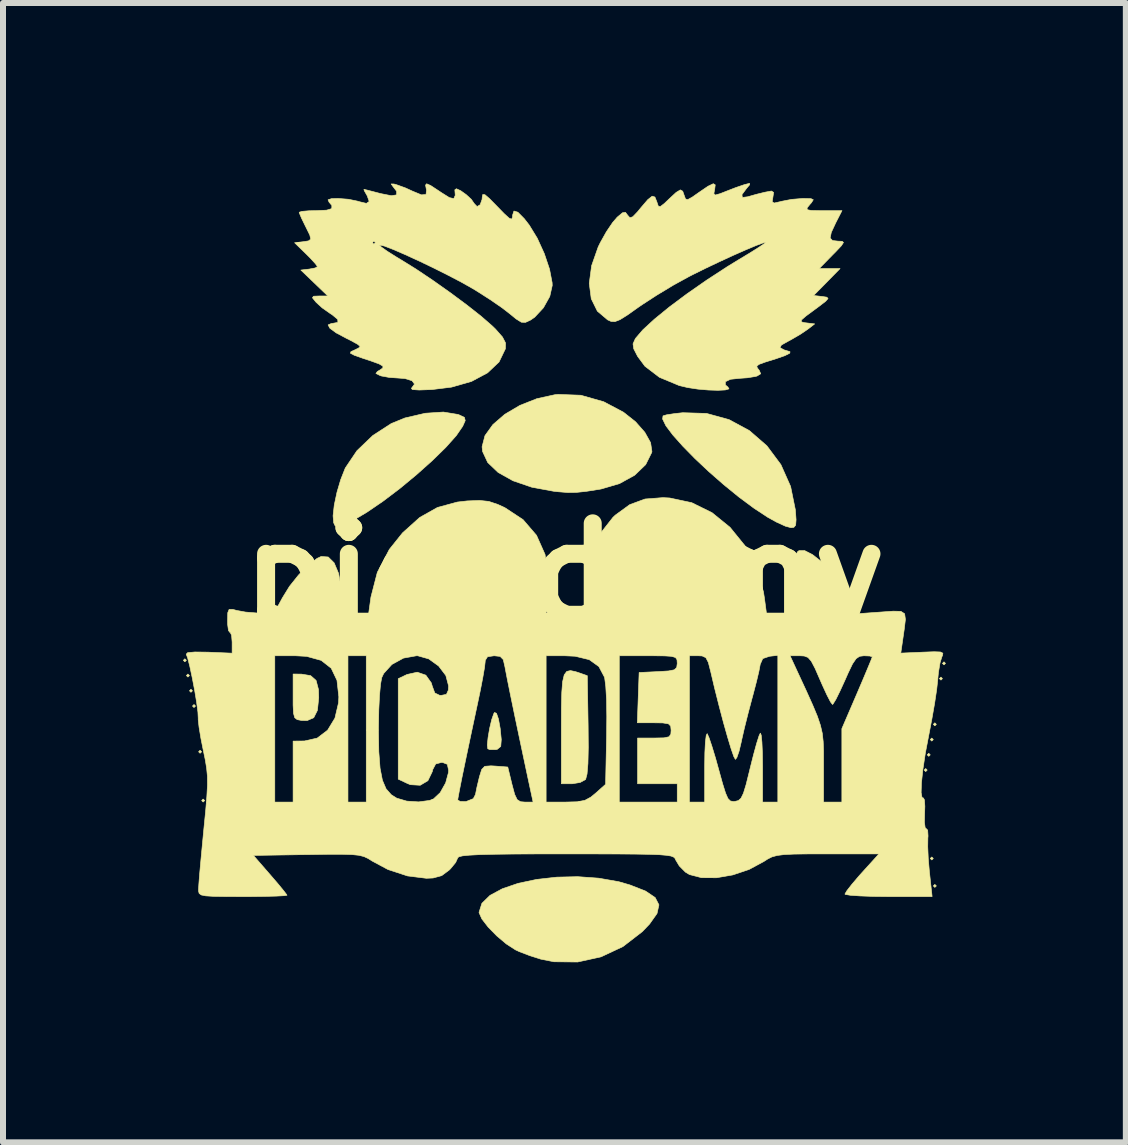
<source format=kicad_pcb>
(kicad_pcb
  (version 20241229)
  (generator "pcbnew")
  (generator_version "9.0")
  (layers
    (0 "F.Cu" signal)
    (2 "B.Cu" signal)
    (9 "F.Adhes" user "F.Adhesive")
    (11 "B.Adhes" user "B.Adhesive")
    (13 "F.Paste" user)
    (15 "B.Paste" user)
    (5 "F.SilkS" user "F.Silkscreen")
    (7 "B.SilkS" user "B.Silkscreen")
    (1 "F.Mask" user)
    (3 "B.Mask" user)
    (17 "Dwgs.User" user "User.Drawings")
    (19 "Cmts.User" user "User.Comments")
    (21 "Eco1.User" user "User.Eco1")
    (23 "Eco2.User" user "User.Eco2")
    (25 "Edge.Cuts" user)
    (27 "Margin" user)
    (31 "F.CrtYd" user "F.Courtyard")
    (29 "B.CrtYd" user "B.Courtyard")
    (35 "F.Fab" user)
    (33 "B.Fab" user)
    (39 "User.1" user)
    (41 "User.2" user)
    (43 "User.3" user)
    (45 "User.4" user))
  (footprint "picademy"
    (layer "F.Cu")
    (at 6.355 6.505)
    (property "Reference" "picademy" (at 0 0 0) (layer "F.SilkS") (effects (font (size 1.524 1.524) (thickness 0.3))))
    (attr through_hole)
    (fp_poly (pts (xy -6.299 1.448) (xy -6.325 1.473) (xy -6.35 1.448) (xy -6.325 1.422) (xy -6.299 1.448)) (stroke (width 0.01) (type solid)) (fill yes) (layer "F.SilkS"))
    (fp_poly (pts (xy -6.248 1.702) (xy -6.274 1.727) (xy -6.299 1.702) (xy -6.274 1.676) (xy -6.248 1.702)) (stroke (width 0.01) (type solid)) (fill yes) (layer "F.SilkS"))
    (fp_poly (pts (xy -6.198 1.956) (xy -6.223 1.981) (xy -6.248 1.956) (xy -6.223 1.93) (xy -6.198 1.956)) (stroke (width 0.01) (type solid)) (fill yes) (layer "F.SilkS"))
    (fp_poly (pts (xy -6.147 2.21) (xy -6.172 2.235) (xy -6.198 2.21) (xy -6.172 2.184) (xy -6.147 2.21)) (stroke (width 0.01) (type solid)) (fill yes) (layer "F.SilkS"))
    (fp_poly (pts (xy -6.045 2.972) (xy -6.071 2.997) (xy -6.096 2.972) (xy -6.071 2.946) (xy -6.045 2.972)) (stroke (width 0.01) (type solid)) (fill yes) (layer "F.SilkS"))
    (fp_poly (pts (xy -5.994 3.785) (xy -6.02 3.81) (xy -6.045 3.785) (xy -6.02 3.759) (xy -5.994 3.785)) (stroke (width 0.01) (type solid)) (fill yes) (layer "F.SilkS"))
    (fp_poly (pts (xy 6.045 3.277) (xy 6.02 3.302) (xy 5.994 3.277) (xy 6.02 3.251) (xy 6.045 3.277)) (stroke (width 0.01) (type solid)) (fill yes) (layer "F.SilkS"))
    (fp_poly (pts (xy 6.096 3.023) (xy 6.071 3.048) (xy 6.045 3.023) (xy 6.071 2.997) (xy 6.096 3.023)) (stroke (width 0.01) (type solid)) (fill yes) (layer "F.SilkS"))
    (fp_poly (pts (xy 6.147 2.769) (xy 6.121 2.794) (xy 6.096 2.769) (xy 6.121 2.743) (xy 6.147 2.769)) (stroke (width 0.01) (type solid)) (fill yes) (layer "F.SilkS"))
    (fp_poly (pts (xy 6.147 4.75) (xy 6.121 4.775) (xy 6.096 4.75) (xy 6.121 4.724) (xy 6.147 4.75)) (stroke (width 0.01) (type solid)) (fill yes) (layer "F.SilkS"))
    (fp_poly (pts (xy 6.198 2.515) (xy 6.172 2.54) (xy 6.147 2.515) (xy 6.172 2.489) (xy 6.198 2.515)) (stroke (width 0.01) (type solid)) (fill yes) (layer "F.SilkS"))
    (fp_poly (pts (xy 6.198 5.207) (xy 6.172 5.232) (xy 6.147 5.207) (xy 6.172 5.182) (xy 6.198 5.207)) (stroke (width 0.01) (type solid)) (fill yes) (layer "F.SilkS"))
    (fp_poly (pts (xy 6.299 1.753) (xy 6.274 1.778) (xy 6.248 1.753) (xy 6.274 1.727) (xy 6.299 1.753)) (stroke (width 0.01) (type solid)) (fill yes) (layer "F.SilkS"))
    (fp_poly (pts (xy 6.35 1.499) (xy 6.325 1.524) (xy 6.299 1.499) (xy 6.325 1.473) (xy 6.35 1.499)) (stroke (width 0.01) (type solid)) (fill yes) (layer "F.SilkS"))
    (fp_poly (pts (xy -4.381 1.678) (xy -4.229 1.703) (xy -4.138 1.783) (xy -4.098 1.935) (xy -4.094 2.073) (xy -4.116 2.282) (xy -4.177 2.404) (xy -4.287 2.452) (xy -4.381 2.45) (xy -4.453 2.436) (xy -4.494 2.404) (xy -4.514 2.331) (xy -4.521 2.194) (xy -4.521 2.054) (xy -4.521 1.676) (xy -4.381 1.678)) (stroke (width 0.01) (type solid)) (fill yes) (layer "F.SilkS"))
    (fp_poly (pts (xy -1.132 2.331) (xy -1.099 2.426) (xy -1.07 2.585) (xy -1.052 2.769) (xy -1.061 2.883) (xy -1.119 2.931) (xy -1.145 2.936) (xy -1.242 2.936) (xy -1.277 2.922) (xy -1.285 2.859) (xy -1.272 2.733) (xy -1.246 2.581) (xy -1.212 2.437) (xy -1.177 2.337) (xy -1.165 2.317) (xy -1.132 2.331)) (stroke (width 0.01) (type solid)) (fill yes) (layer "F.SilkS"))
    (fp_poly (pts (xy 0.186 1.637) (xy 0.247 1.657) (xy 0.381 1.704) (xy 0.395 2.534) (xy 0.398 2.899) (xy 0.392 3.167) (xy 0.377 3.343) (xy 0.354 3.43) (xy 0.351 3.435) (xy 0.263 3.483) (xy 0.129 3.505) (xy 0.121 3.505) (xy -0.051 3.505) (xy -0.051 2.589) (xy -0.05 2.241) (xy -0.044 1.983) (xy -0.03 1.803) (xy -0.003 1.69) (xy 0.039 1.633) (xy 0.101 1.619) (xy 0.186 1.637)) (stroke (width 0.01) (type solid)) (fill yes) (layer "F.SilkS"))
    (fp_poly (pts (xy 2.369 -2.666) (xy 2.743 -2.563) (xy 3.082 -2.38) (xy 3.374 -2.126) (xy 3.607 -1.813) (xy 3.769 -1.449) (xy 3.848 -1.061) (xy 3.86 -0.894) (xy 3.853 -0.804) (xy 3.823 -0.768) (xy 3.776 -0.762) (xy 3.683 -0.787) (xy 3.538 -0.853) (xy 3.389 -0.935) (xy 3.158 -1.087) (xy 2.91 -1.271) (xy 2.656 -1.478) (xy 2.408 -1.695) (xy 2.177 -1.912) (xy 1.973 -2.12) (xy 1.807 -2.306) (xy 1.691 -2.46) (xy 1.636 -2.573) (xy 1.643 -2.625) (xy 1.703 -2.643) (xy 1.834 -2.663) (xy 1.972 -2.678) (xy 2.369 -2.666)) (stroke (width 0.01) (type solid)) (fill yes) (layer "F.SilkS"))
    (fp_poly (pts (xy -1.773 -2.649) (xy -1.754 -2.642) (xy -1.666 -2.6) (xy -1.653 -2.546) (xy -1.695 -2.452) (xy -1.802 -2.296) (xy -1.977 -2.1) (xy -2.204 -1.878) (xy -2.465 -1.645) (xy -2.744 -1.414) (xy -3.024 -1.202) (xy -3.288 -1.022) (xy -3.432 -0.936) (xy -3.612 -0.837) (xy -3.725 -0.784) (xy -3.788 -0.772) (xy -3.823 -0.797) (xy -3.845 -0.844) (xy -3.855 -0.96) (xy -3.835 -1.14) (xy -3.79 -1.352) (xy -3.727 -1.565) (xy -3.654 -1.75) (xy -3.649 -1.76) (xy -3.457 -2.045) (xy -3.193 -2.298) (xy -2.886 -2.497) (xy -2.659 -2.59) (xy -2.319 -2.669) (xy -2.017 -2.689) (xy -1.773 -2.649)) (stroke (width 0.01) (type solid)) (fill yes) (layer "F.SilkS"))
    (fp_poly (pts (xy 0.57 5.078) (xy 0.906 5.137) (xy 1.092 5.191) (xy 1.352 5.293) (xy 1.512 5.401) (xy 1.575 5.523) (xy 1.543 5.667) (xy 1.419 5.842) (xy 1.298 5.969) (xy 0.975 6.218) (xy 0.61 6.389) (xy 0.22 6.475) (xy -0.174 6.471) (xy -0.395 6.427) (xy -0.58 6.368) (xy -0.75 6.303) (xy -0.815 6.273) (xy -0.968 6.174) (xy -1.127 6.04) (xy -1.271 5.893) (xy -1.376 5.757) (xy -1.422 5.653) (xy -1.422 5.645) (xy -1.375 5.497) (xy -1.24 5.365) (xy -1.034 5.254) (xy -0.771 5.164) (xy -0.464 5.099) (xy -0.129 5.061) (xy 0.221 5.053) (xy 0.57 5.078)) (stroke (width 0.01) (type solid)) (fill yes) (layer "F.SilkS"))
    (fp_poly (pts (xy 0.274 -2.969) (xy 0.654 -2.861) (xy 0.983 -2.687) (xy 1.185 -2.527) (xy 1.34 -2.351) (xy 1.436 -2.179) (xy 1.458 -2.031) (xy 1.455 -2.016) (xy 1.354 -1.813) (xy 1.17 -1.636) (xy 0.918 -1.497) (xy 0.616 -1.408) (xy 0.584 -1.402) (xy 0.361 -1.367) (xy 0.198 -1.35) (xy 0.056 -1.348) (xy -0.105 -1.361) (xy -0.178 -1.369) (xy -0.545 -1.437) (xy -0.857 -1.544) (xy -1.105 -1.683) (xy -1.278 -1.848) (xy -1.364 -2.033) (xy -1.372 -2.111) (xy -1.324 -2.296) (xy -1.192 -2.48) (xy -0.993 -2.652) (xy -0.742 -2.8) (xy -0.459 -2.912) (xy -0.158 -2.978) (xy -0.105 -2.983) (xy 0.274 -2.969)) (stroke (width 0.01) (type solid)) (fill yes) (layer "F.SilkS"))
    (fp_poly (pts (xy 3.086 -6.476) (xy 3.035 -6.416) (xy 2.958 -6.312) (xy 2.965 -6.265) (xy 3.054 -6.276) (xy 3.061 -6.278) (xy 3.194 -6.316) (xy 3.34 -6.352) (xy 3.45 -6.372) (xy 3.486 -6.349) (xy 3.474 -6.27) (xy 3.462 -6.193) (xy 3.495 -6.172) (xy 3.598 -6.195) (xy 3.614 -6.2) (xy 3.786 -6.233) (xy 3.971 -6.248) (xy 3.983 -6.248) (xy 4.108 -6.245) (xy 4.147 -6.227) (xy 4.116 -6.177) (xy 4.089 -6.147) (xy 4.044 -6.091) (xy 4.045 -6.061) (xy 4.111 -6.048) (xy 4.257 -6.045) (xy 4.311 -6.045) (xy 4.625 -6.045) (xy 4.522 -5.844) (xy 4.447 -5.683) (xy 4.428 -5.589) (xy 4.467 -5.547) (xy 4.557 -5.537) (xy 4.629 -5.534) (xy 4.65 -5.514) (xy 4.615 -5.46) (xy 4.517 -5.356) (xy 4.47 -5.309) (xy 4.246 -5.08) (xy 4.593 -5.08) (xy 4.373 -4.855) (xy 4.152 -4.631) (xy 4.299 -4.614) (xy 4.372 -4.603) (xy 4.393 -4.581) (xy 4.353 -4.535) (xy 4.243 -4.45) (xy 4.167 -4.394) (xy 4.022 -4.287) (xy 3.951 -4.225) (xy 3.945 -4.193) (xy 3.996 -4.179) (xy 4.029 -4.175) (xy 4.17 -4.158) (xy 4.054 -4.068) (xy 3.933 -3.986) (xy 3.777 -3.895) (xy 3.734 -3.872) (xy 3.616 -3.806) (xy 3.591 -3.763) (xy 3.66 -3.725) (xy 3.759 -3.695) (xy 3.755 -3.67) (xy 3.672 -3.628) (xy 3.531 -3.579) (xy 3.348 -3.522) (xy 3.246 -3.485) (xy 3.206 -3.456) (xy 3.214 -3.424) (xy 3.245 -3.386) (xy 3.271 -3.327) (xy 3.211 -3.29) (xy 3.189 -3.283) (xy 3.049 -3.26) (xy 2.921 -3.251) (xy 2.767 -3.235) (xy 2.683 -3.195) (xy 2.681 -3.142) (xy 2.724 -3.106) (xy 2.742 -3.075) (xy 2.68 -3.057) (xy 2.559 -3.051) (xy 2.4 -3.056) (xy 2.225 -3.071) (xy 2.054 -3.097) (xy 1.912 -3.131) (xy 1.583 -3.268) (xy 1.342 -3.452) (xy 1.219 -3.618) (xy 1.155 -3.743) (xy 1.143 -3.825) (xy 1.178 -3.904) (xy 1.19 -3.923) (xy 1.307 -4.059) (xy 1.498 -4.235) (xy 1.748 -4.439) (xy 2.044 -4.66) (xy 2.37 -4.887) (xy 2.712 -5.11) (xy 2.908 -5.23) (xy 3.094 -5.342) (xy 3.241 -5.435) (xy 3.332 -5.496) (xy 3.353 -5.514) (xy 3.31 -5.507) (xy 3.194 -5.464) (xy 3.022 -5.392) (xy 2.811 -5.299) (xy 2.581 -5.193) (xy 2.347 -5.082) (xy 2.129 -4.974) (xy 2.071 -4.944) (xy 1.816 -4.804) (xy 1.541 -4.638) (xy 1.293 -4.477) (xy 1.229 -4.433) (xy 1.047 -4.304) (xy 0.925 -4.228) (xy 0.842 -4.196) (xy 0.778 -4.199) (xy 0.72 -4.225) (xy 0.549 -4.37) (xy 0.447 -4.577) (xy 0.414 -4.834) (xy 0.453 -5.127) (xy 0.563 -5.441) (xy 0.598 -5.512) (xy 0.698 -5.691) (xy 0.804 -5.848) (xy 0.879 -5.935) (xy 0.968 -6.01) (xy 1.017 -6.017) (xy 1.055 -5.967) (xy 1.091 -5.927) (xy 1.139 -5.943) (xy 1.219 -6.026) (xy 1.271 -6.09) (xy 1.388 -6.227) (xy 1.462 -6.286) (xy 1.508 -6.272) (xy 1.541 -6.19) (xy 1.542 -6.186) (xy 1.564 -6.121) (xy 1.597 -6.112) (xy 1.665 -6.164) (xy 1.741 -6.237) (xy 1.862 -6.349) (xy 1.932 -6.391) (xy 1.971 -6.369) (xy 1.997 -6.296) (xy 2.018 -6.239) (xy 2.055 -6.229) (xy 2.131 -6.271) (xy 2.239 -6.347) (xy 2.393 -6.452) (xy 2.481 -6.494) (xy 2.513 -6.475) (xy 2.504 -6.401) (xy 2.49 -6.329) (xy 2.513 -6.305) (xy 2.595 -6.328) (xy 2.699 -6.369) (xy 2.854 -6.429) (xy 2.994 -6.477) (xy 2.997 -6.478) (xy 3.085 -6.5) (xy 3.086 -6.476)) (stroke (width 0.01) (type solid)) (fill yes) (layer "F.SilkS"))
    (fp_poly (pts (xy -2.229 -6.464) (xy -2.1 -6.379) (xy -2.054 -6.348) (xy -1.917 -6.262) (xy -1.843 -6.246) (xy -1.819 -6.301) (xy -1.826 -6.392) (xy -1.8 -6.41) (xy -1.728 -6.377) (xy -1.637 -6.312) (xy -1.552 -6.234) (xy -1.502 -6.162) (xy -1.501 -6.161) (xy -1.455 -6.113) (xy -1.404 -6.144) (xy -1.372 -6.233) (xy -1.37 -6.264) (xy -1.361 -6.314) (xy -1.325 -6.311) (xy -1.248 -6.245) (xy -1.139 -6.134) (xy -1.002 -5.993) (xy -0.92 -5.919) (xy -0.879 -5.903) (xy -0.865 -5.938) (xy -0.864 -5.969) (xy -0.841 -6.039) (xy -0.776 -6.019) (xy -0.669 -5.911) (xy -0.586 -5.804) (xy -0.452 -5.585) (xy -0.335 -5.328) (xy -0.248 -5.07) (xy -0.205 -4.846) (xy -0.203 -4.798) (xy -0.244 -4.616) (xy -0.35 -4.426) (xy -0.496 -4.269) (xy -0.566 -4.221) (xy -0.649 -4.183) (xy -0.718 -4.186) (xy -0.806 -4.241) (xy -0.903 -4.321) (xy -1.04 -4.427) (xy -1.233 -4.56) (xy -1.447 -4.697) (xy -1.531 -4.748) (xy -1.715 -4.852) (xy -1.937 -4.968) (xy -2.178 -5.089) (xy -2.422 -5.206) (xy -2.651 -5.311) (xy -2.847 -5.396) (xy -2.994 -5.453) (xy -3.073 -5.473) (xy -3.08 -5.471) (xy -3.05 -5.438) (xy -2.95 -5.367) (xy -2.799 -5.272) (xy -2.732 -5.232) (xy -2.477 -5.074) (xy -2.195 -4.885) (xy -1.905 -4.68) (xy -1.63 -4.476) (xy -1.39 -4.287) (xy -1.207 -4.128) (xy -1.149 -4.072) (xy -1.032 -3.939) (xy -0.981 -3.84) (xy -0.983 -3.747) (xy -0.984 -3.742) (xy -1.089 -3.524) (xy -1.281 -3.342) (xy -1.549 -3.199) (xy -1.882 -3.104) (xy -2.206 -3.064) (xy -2.42 -3.056) (xy -2.535 -3.064) (xy -2.55 -3.086) (xy -2.546 -3.089) (xy -2.498 -3.155) (xy -2.539 -3.211) (xy -2.657 -3.247) (xy -2.759 -3.255) (xy -2.919 -3.266) (xy -3.05 -3.29) (xy -3.071 -3.297) (xy -3.141 -3.332) (xy -3.117 -3.365) (xy -3.077 -3.388) (xy -3.026 -3.423) (xy -3.025 -3.454) (xy -3.086 -3.49) (xy -3.223 -3.54) (xy -3.351 -3.582) (xy -3.501 -3.635) (xy -3.566 -3.669) (xy -3.557 -3.696) (xy -3.516 -3.714) (xy -3.429 -3.756) (xy -3.404 -3.783) (xy -3.445 -3.818) (xy -3.552 -3.877) (xy -3.63 -3.916) (xy -3.803 -4.008) (xy -3.908 -4.085) (xy -3.938 -4.141) (xy -3.883 -4.165) (xy -3.867 -4.166) (xy -3.775 -4.183) (xy -3.777 -4.233) (xy -3.871 -4.311) (xy -3.9 -4.329) (xy -4.036 -4.425) (xy -4.137 -4.517) (xy -4.199 -4.593) (xy -4.181 -4.619) (xy -4.087 -4.623) (xy -3.942 -4.623) (xy -4.167 -4.839) (xy -4.392 -5.055) (xy -4.254 -5.071) (xy -4.153 -5.09) (xy -4.115 -5.112) (xy -4.148 -5.159) (xy -4.233 -5.252) (xy -4.305 -5.324) (xy -4.496 -5.51) (xy -4.481 -5.512) (xy -3.2 -5.512) (xy -3.175 -5.486) (xy -3.15 -5.512) (xy -3.175 -5.537) (xy -3.2 -5.512) (xy -4.481 -5.512) (xy -4.356 -5.527) (xy -4.264 -5.541) (xy -4.227 -5.57) (xy -4.243 -5.639) (xy -4.308 -5.771) (xy -4.318 -5.791) (xy -4.38 -5.918) (xy -4.416 -6.003) (xy -4.42 -6.018) (xy -4.374 -6.033) (xy -4.255 -6.043) (xy -4.14 -6.045) (xy -3.963 -6.053) (xy -3.877 -6.079) (xy -3.875 -6.131) (xy -3.922 -6.187) (xy -3.939 -6.226) (xy -3.881 -6.245) (xy -3.773 -6.248) (xy -3.6 -6.235) (xy -3.446 -6.203) (xy -3.425 -6.196) (xy -3.3 -6.166) (xy -3.253 -6.198) (xy -3.286 -6.292) (xy -3.292 -6.302) (xy -3.335 -6.378) (xy -3.341 -6.4) (xy -3.288 -6.388) (xy -3.168 -6.357) (xy -3.061 -6.329) (xy -2.884 -6.294) (xy -2.796 -6.308) (xy -2.796 -6.368) (xy -2.857 -6.447) (xy -2.887 -6.49) (xy -2.84 -6.489) (xy -2.794 -6.476) (xy -2.65 -6.424) (xy -2.53 -6.369) (xy -2.382 -6.308) (xy -2.306 -6.315) (xy -2.298 -6.389) (xy -2.301 -6.401) (xy -2.314 -6.471) (xy -2.296 -6.493) (xy -2.229 -6.464)) (stroke (width 0.01) (type solid)) (fill yes) (layer "F.SilkS"))
    (fp_poly (pts (xy 1.754 -1.257) (xy 2.121 -1.179) (xy 2.46 -1.012) (xy 2.76 -0.768) (xy 3.01 -0.46) (xy 3.199 -0.098) (xy 3.316 0.305) (xy 3.332 0.406) (xy 3.366 0.66) (xy 3.752 0.66) (xy 3.751 0.292) (xy 3.766 -0.008) (xy 3.811 -0.228) (xy 3.884 -0.36) (xy 3.909 -0.38) (xy 4.002 -0.381) (xy 4.133 -0.314) (xy 4.286 -0.195) (xy 4.444 -0.04) (xy 4.591 0.135) (xy 4.709 0.313) (xy 4.776 0.461) (xy 4.847 0.674) (xy 5.268 0.644) (xy 5.479 0.629) (xy 5.607 0.632) (xy 5.669 0.672) (xy 5.682 0.766) (xy 5.662 0.934) (xy 5.644 1.058) (xy 5.605 1.328) (xy 5.973 1.312) (xy 6.161 1.305) (xy 6.266 1.309) (xy 6.306 1.329) (xy 6.3 1.368) (xy 6.29 1.389) (xy 6.259 1.49) (xy 6.232 1.651) (xy 6.221 1.77) (xy 6.203 1.935) (xy 6.168 2.168) (xy 6.121 2.436) (xy 6.073 2.687) (xy 6.014 2.995) (xy 5.973 3.268) (xy 5.949 3.491) (xy 5.944 3.652) (xy 5.959 3.735) (xy 5.982 3.742) (xy 5.999 3.774) (xy 6.006 3.881) (xy 6.002 3.999) (xy 5.999 4.146) (xy 6.011 4.237) (xy 6.028 4.252) (xy 6.053 4.278) (xy 6.059 4.376) (xy 6.056 4.411) (xy 6.054 4.555) (xy 6.063 4.757) (xy 6.082 4.975) (xy 6.084 4.991) (xy 6.127 5.385) (xy 5.401 5.385) (xy 5.142 5.382) (xy 4.924 5.374) (xy 4.764 5.363) (xy 4.681 5.349) (xy 4.674 5.343) (xy 4.706 5.288) (xy 4.791 5.179) (xy 4.912 5.037) (xy 4.957 4.987) (xy 5.241 4.674) (xy 4.375 4.674) (xy 4.059 4.674) (xy 3.826 4.677) (xy 3.66 4.685) (xy 3.544 4.7) (xy 3.459 4.723) (xy 3.389 4.758) (xy 3.322 4.801) (xy 3.077 4.933) (xy 2.806 5.024) (xy 2.534 5.071) (xy 2.285 5.07) (xy 2.084 5.018) (xy 2.016 4.977) (xy 1.914 4.874) (xy 1.854 4.774) (xy 1.842 4.747) (xy 1.819 4.726) (xy 1.775 4.709) (xy 1.699 4.697) (xy 1.582 4.687) (xy 1.413 4.681) (xy 1.183 4.677) (xy 0.881 4.675) (xy 0.498 4.674) (xy 0.023 4.674) (xy 0.022 4.674) (xy -0.468 4.674) (xy -0.865 4.676) (xy -1.178 4.68) (xy -1.415 4.686) (xy -1.585 4.695) (xy -1.696 4.706) (xy -1.758 4.721) (xy -1.778 4.739) (xy -1.778 4.74) (xy -1.812 4.816) (xy -1.897 4.92) (xy -1.92 4.943) (xy -2.045 5.036) (xy -2.188 5.075) (xy -2.3 5.08) (xy -2.614 5.041) (xy -2.94 4.934) (xy -3.201 4.794) (xy -3.271 4.75) (xy -3.34 4.718) (xy -3.424 4.697) (xy -3.54 4.685) (xy -3.705 4.68) (xy -3.937 4.68) (xy -4.251 4.685) (xy -4.285 4.685) (xy -5.182 4.699) (xy -4.903 5.02) (xy -4.775 5.169) (xy -4.678 5.287) (xy -4.627 5.354) (xy -4.623 5.363) (xy -4.671 5.37) (xy -4.802 5.377) (xy -5 5.382) (xy -5.245 5.385) (xy -5.359 5.385) (xy -5.646 5.384) (xy -5.847 5.381) (xy -5.977 5.373) (xy -6.051 5.358) (xy -6.086 5.333) (xy -6.096 5.296) (xy -6.097 5.271) (xy -6.092 5.184) (xy -6.079 5.015) (xy -6.058 4.783) (xy -6.032 4.508) (xy -6.01 4.277) (xy -5.978 3.955) (xy -5.958 3.713) (xy -5.948 3.528) (xy -5.949 3.379) (xy -5.962 3.245) (xy -5.985 3.104) (xy -6.016 2.956) (xy -6.058 2.745) (xy -6.088 2.563) (xy -6.102 2.439) (xy -6.102 2.413) (xy -6.107 2.311) (xy -6.129 2.146) (xy -6.162 1.946) (xy -6.202 1.738) (xy -6.242 1.55) (xy -6.278 1.409) (xy -6.292 1.372) (xy -4.826 1.372) (xy -4.826 3.81) (xy -4.521 3.81) (xy -4.521 2.794) (xy -4.331 2.792) (xy -4.119 2.744) (xy -3.946 2.612) (xy -3.824 2.411) (xy -3.764 2.156) (xy -3.759 2.057) (xy -3.79 1.781) (xy -3.886 1.58) (xy -4.053 1.449) (xy -4.296 1.382) (xy -4.482 1.372) (xy -3.607 1.372) (xy -3.607 3.81) (xy -3.302 3.81) (xy -3.302 2.611) (xy -3.099 2.611) (xy -3.093 2.971) (xy -3.072 3.245) (xy -3.033 3.446) (xy -2.972 3.589) (xy -2.885 3.688) (xy -2.794 3.745) (xy -2.628 3.794) (xy -2.429 3.807) (xy -2.248 3.783) (xy -2.229 3.776) (xy -1.778 3.776) (xy -1.735 3.8) (xy -1.639 3.801) (xy -1.518 3.753) (xy -1.482 3.683) (xy -1.459 3.567) (xy -1.422 3.413) (xy -1.416 3.388) (xy -1.378 3.266) (xy -1.327 3.214) (xy -1.225 3.206) (xy -1.155 3.21) (xy -0.944 3.226) (xy -0.873 3.518) (xy -0.829 3.682) (xy -0.787 3.77) (xy -0.731 3.804) (xy -0.662 3.81) (xy -0.522 3.81) (xy -0.612 3.391) (xy -0.728 2.844) (xy -0.824 2.388) (xy -0.899 2.025) (xy -0.953 1.757) (xy -0.986 1.586) (xy -0.99 1.562) (xy -1.019 1.436) (xy -1.071 1.383) (xy -1.171 1.372) (xy -0.305 1.372) (xy -0.305 3.81) (xy 0.025 3.81) (xy 0.215 3.805) (xy 0.341 3.781) (xy 0.441 3.727) (xy 0.52 3.662) (xy 0.686 3.514) (xy 0.703 2.711) (xy 0.706 2.386) (xy 0.702 2.104) (xy 0.689 1.884) (xy 0.671 1.743) (xy 0.667 1.728) (xy 0.574 1.552) (xy 0.414 1.437) (xy 0.179 1.38) (xy 0.005 1.372) (xy 0.914 1.372) (xy 0.914 3.81) (xy 1.88 3.81) (xy 1.88 3.505) (xy 1.219 3.505) (xy 1.219 2.743) (xy 1.499 2.743) (xy 1.659 2.74) (xy 1.742 2.722) (xy 1.773 2.68) (xy 1.778 2.616) (xy 1.771 2.544) (xy 1.733 2.506) (xy 1.639 2.491) (xy 1.497 2.489) (xy 1.215 2.489) (xy 1.23 2.07) (xy 1.245 1.651) (xy 1.562 1.636) (xy 1.736 1.625) (xy 1.831 1.606) (xy 1.871 1.568) (xy 1.88 1.502) (xy 1.88 1.496) (xy 1.876 1.438) (xy 1.852 1.402) (xy 1.79 1.382) (xy 1.669 1.374) (xy 1.472 1.372) (xy 1.397 1.372) (xy 2.083 1.372) (xy 2.083 3.81) (xy 2.337 3.81) (xy 2.337 3.216) (xy 2.34 2.989) (xy 2.349 2.811) (xy 2.363 2.698) (xy 2.379 2.669) (xy 2.379 2.67) (xy 2.409 2.736) (xy 2.457 2.878) (xy 2.517 3.075) (xy 2.57 3.266) (xy 2.636 3.504) (xy 2.685 3.66) (xy 2.725 3.751) (xy 2.766 3.792) (xy 2.815 3.801) (xy 2.842 3.799) (xy 2.899 3.785) (xy 2.943 3.745) (xy 2.983 3.663) (xy 3.027 3.52) (xy 3.082 3.299) (xy 3.096 3.241) (xy 3.152 3.018) (xy 3.203 2.832) (xy 3.243 2.706) (xy 3.264 2.661) (xy 3.279 2.694) (xy 3.291 2.81) (xy 3.299 2.991) (xy 3.302 3.217) (xy 3.302 3.81) (xy 3.556 3.81) (xy 3.556 1.372) (xy 3.76 1.372) (xy 3.883 1.638) (xy 4.029 1.953) (xy 4.137 2.193) (xy 4.215 2.38) (xy 4.266 2.531) (xy 4.297 2.665) (xy 4.312 2.802) (xy 4.318 2.961) (xy 4.318 3.161) (xy 4.318 3.206) (xy 4.318 3.81) (xy 4.623 3.81) (xy 4.623 2.587) (xy 4.877 1.997) (xy 4.973 1.772) (xy 5.052 1.584) (xy 5.107 1.451) (xy 5.13 1.39) (xy 5.131 1.389) (xy 5.087 1.376) (xy 4.991 1.372) (xy 4.919 1.381) (xy 4.861 1.42) (xy 4.801 1.507) (xy 4.727 1.661) (xy 4.675 1.779) (xy 4.592 1.96) (xy 4.523 2.1) (xy 4.476 2.176) (xy 4.467 2.184) (xy 4.434 2.141) (xy 4.374 2.025) (xy 4.297 1.858) (xy 4.262 1.778) (xy 4.177 1.583) (xy 4.114 1.463) (xy 4.059 1.4) (xy 3.996 1.376) (xy 3.925 1.372) (xy 3.76 1.372) (xy 3.556 1.372) (xy 3.556 1.365) (xy 3.416 1.381) (xy 3.305 1.419) (xy 3.262 1.516) (xy 3.261 1.524) (xy 3.241 1.63) (xy 3.2 1.803) (xy 3.146 2.01) (xy 3.126 2.083) (xy 3.062 2.325) (xy 3 2.572) (xy 2.953 2.777) (xy 2.947 2.807) (xy 2.91 2.963) (xy 2.873 3.069) (xy 2.849 3.099) (xy 2.823 3.052) (xy 2.778 2.923) (xy 2.719 2.728) (xy 2.65 2.484) (xy 2.577 2.207) (xy 2.503 1.914) (xy 2.438 1.638) (xy 2.398 1.483) (xy 2.357 1.404) (xy 2.295 1.375) (xy 2.23 1.372) (xy 2.083 1.372) (xy 1.397 1.372) (xy 0.914 1.372) (xy 0.005 1.372) (xy -0.305 1.372) (xy -1.171 1.372) (xy -1.281 1.388) (xy -1.319 1.449) (xy -1.321 1.475) (xy -1.331 1.565) (xy -1.359 1.729) (xy -1.4 1.943) (xy -1.443 2.148) (xy -1.552 2.659) (xy -1.639 3.072) (xy -1.705 3.389) (xy -1.749 3.611) (xy -1.773 3.741) (xy -1.778 3.776) (xy -2.229 3.776) (xy -2.182 3.758) (xy -2.07 3.653) (xy -1.979 3.491) (xy -1.932 3.317) (xy -1.93 3.279) (xy -1.951 3.181) (xy -2.03 3.15) (xy -2.051 3.15) (xy -2.145 3.175) (xy -2.194 3.268) (xy -2.202 3.303) (xy -2.275 3.454) (xy -2.403 3.53) (xy -2.568 3.52) (xy -2.623 3.497) (xy -2.769 3.428) (xy -2.769 1.754) (xy -2.623 1.684) (xy -2.452 1.646) (xy -2.31 1.695) (xy -2.218 1.824) (xy -2.202 1.879) (xy -2.16 1.992) (xy -2.079 2.031) (xy -2.051 2.032) (xy -1.966 2.015) (xy -1.934 1.944) (xy -1.93 1.875) (xy -1.976 1.701) (xy -2.096 1.543) (xy -2.261 1.424) (xy -2.445 1.372) (xy -2.465 1.372) (xy -2.682 1.411) (xy -2.875 1.517) (xy -3.012 1.668) (xy -3.044 1.736) (xy -3.064 1.844) (xy -3.081 2.031) (xy -3.093 2.27) (xy -3.098 2.54) (xy -3.099 2.611) (xy -3.302 2.611) (xy -3.302 1.372) (xy -3.607 1.372) (xy -4.482 1.372) (xy -4.826 1.372) (xy -6.292 1.372) (xy -6.302 1.346) (xy -6.278 1.32) (xy -6.157 1.309) (xy -5.941 1.312) (xy -5.939 1.312) (xy -5.537 1.329) (xy -5.537 1.144) (xy -5.546 1.031) (xy -5.569 0.982) (xy -5.575 0.983) (xy -5.598 0.953) (xy -5.612 0.849) (xy -5.613 0.79) (xy -5.61 0.655) (xy -5.587 0.599) (xy -5.523 0.6) (xy -5.461 0.617) (xy -5.314 0.644) (xy -5.13 0.659) (xy -5.068 0.66) (xy -4.93 0.656) (xy -4.844 0.629) (xy -4.78 0.556) (xy -4.704 0.416) (xy -4.698 0.405) (xy -4.581 0.215) (xy -4.43 0.026) (xy -4.269 -0.138) (xy -4.121 -0.251) (xy -4.054 -0.282) (xy -3.936 -0.274) (xy -3.837 -0.176) (xy -3.763 0.000369) (xy -3.719 0.245) (xy -3.71 0.445) (xy -3.708 0.66) (xy -3.261 0.66) (xy -3.224 0.394) (xy -3.118 -0.017) (xy -2.917 -0.401) (xy -2.697 -0.676) (xy -2.412 -0.932) (xy -2.116 -1.099) (xy -1.786 -1.189) (xy -1.62 -1.208) (xy -1.413 -1.216) (xy -1.26 -1.2) (xy -1.111 -1.15) (xy -0.993 -1.096) (xy -0.689 -0.896) (xy -0.465 -0.635) (xy -0.323 -0.317) (xy -0.266 0.054) (xy -0.273 0.314) (xy -0.306 0.66) (xy 0.516 0.66) (xy 0.479 0.495) (xy 0.46 0.355) (xy 0.446 0.161) (xy 0.443 -0.001) (xy 0.482 -0.364) (xy 0.603 -0.672) (xy 0.81 -0.936) (xy 0.849 -0.972) (xy 1.088 -1.146) (xy 1.343 -1.24) (xy 1.642 -1.263) (xy 1.754 -1.257)) (stroke (width 0.01) (type solid)) (fill yes) (layer "F.SilkS")))
  (gr_rect
    (start -3 -3)
    (end 15.71 15.985)
    (stroke (width 0.1) (type default))
    (fill no)
    (layer "Edge.Cuts")))
</source>
